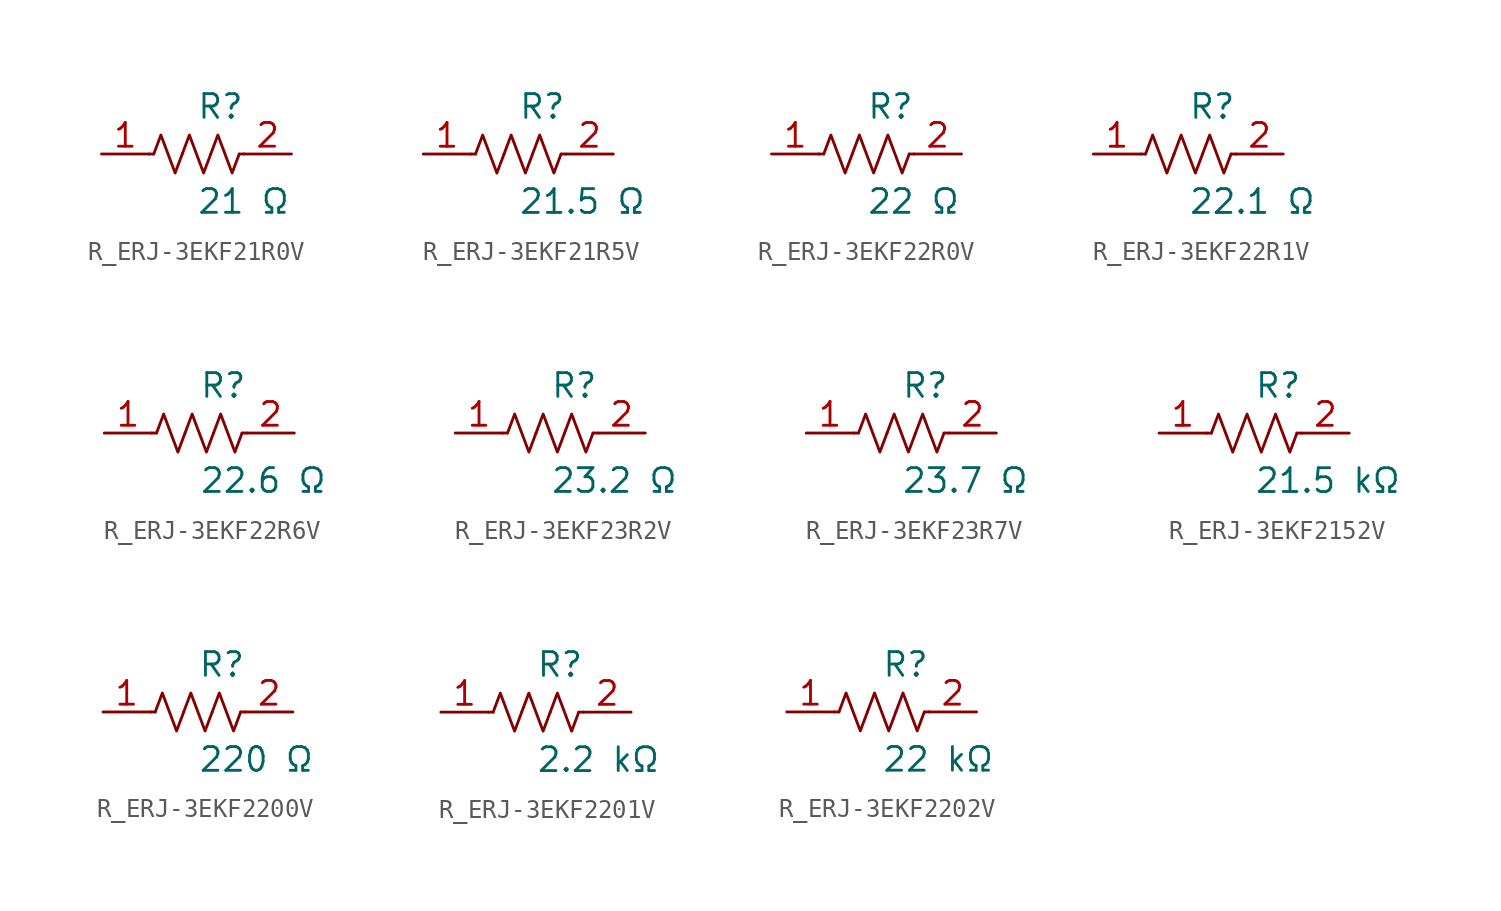
<source format=kicad_sym>
(kicad_symbol_lib
  (version 20231120)
  (generator kicad_symbol_editor)
  (generator_version 8.0)
  (symbol "R_ERJ-3EKF21R0V"
    (pin_names
      (offset 0.254))
    (property "Reference" "R"
      (at 0.0 2.54 0)
      (effects (font (size 1.27 1.27)) (justify left)))
    (property "Value" "21 Ω"
      (at 0.0 -2.54 0)
      (effects (font (size 1.27 1.27)) (justify left)))
    (symbol "R_ERJ-3EKF21R0V_0_1"
      (polyline (pts (xy 2.286 0) (xy 2.54 0)) (stroke (width 0) (type default)) (fill (type none)))
      (polyline (pts (xy -2.286 0) (xy -2.54 0)) (stroke (width 0) (type default)) (fill (type none)))
      (polyline (pts (xy 0.762 0) (xy 1.143 1.016) (xy 1.524 0) (xy 1.905 -1.016) (xy 2.286 0)) (stroke (width 0) (type default)) (fill (type none)))
      (polyline (pts (xy -0.762 0) (xy -0.381 1.016) (xy 0 0) (xy 0.381 -1.016) (xy 0.762 0)) (stroke (width 0) (type default)) (fill (type none)))
      (polyline (pts (xy -2.286 0) (xy -1.905 1.016) (xy -1.524 0) (xy -1.143 -1.016) (xy -0.762 0)) (stroke (width 0) (type default)) (fill (type none))))
    (pin unspecified line
      (at -5.08 0 0)
      (length 2.54)
      (name "" (effects (font (size 1.27 1.27))))
      (number "1" (effects (font (size 1.27 1.27)))))
    (pin unspecified line
      (at 5.08 0 180)
      (length 2.54)
      (name "" (effects (font (size 1.27 1.27))))
      (number "2" (effects (font (size 1.27 1.27))))))
  (symbol "R_ERJ-3EKF21R5V"
    (pin_names
      (offset 0.254))
    (property "Reference" "R"
      (at 0.0 2.54 0)
      (effects (font (size 1.27 1.27)) (justify left)))
    (property "Value" "21.5 Ω"
      (at 0.0 -2.54 0)
      (effects (font (size 1.27 1.27)) (justify left)))
    (symbol "R_ERJ-3EKF21R5V_0_1"
      (polyline (pts (xy 2.286 0) (xy 2.54 0)) (stroke (width 0) (type default)) (fill (type none)))
      (polyline (pts (xy -2.286 0) (xy -2.54 0)) (stroke (width 0) (type default)) (fill (type none)))
      (polyline (pts (xy 0.762 0) (xy 1.143 1.016) (xy 1.524 0) (xy 1.905 -1.016) (xy 2.286 0)) (stroke (width 0) (type default)) (fill (type none)))
      (polyline (pts (xy -0.762 0) (xy -0.381 1.016) (xy 0 0) (xy 0.381 -1.016) (xy 0.762 0)) (stroke (width 0) (type default)) (fill (type none)))
      (polyline (pts (xy -2.286 0) (xy -1.905 1.016) (xy -1.524 0) (xy -1.143 -1.016) (xy -0.762 0)) (stroke (width 0) (type default)) (fill (type none))))
    (pin unspecified line
      (at -5.08 0 0)
      (length 2.54)
      (name "" (effects (font (size 1.27 1.27))))
      (number "1" (effects (font (size 1.27 1.27)))))
    (pin unspecified line
      (at 5.08 0 180)
      (length 2.54)
      (name "" (effects (font (size 1.27 1.27))))
      (number "2" (effects (font (size 1.27 1.27))))))
  (symbol "R_ERJ-3EKF22R0V"
    (pin_names
      (offset 0.254))
    (property "Reference" "R"
      (at 0.0 2.54 0)
      (effects (font (size 1.27 1.27)) (justify left)))
    (property "Value" "22 Ω"
      (at 0.0 -2.54 0)
      (effects (font (size 1.27 1.27)) (justify left)))
    (symbol "R_ERJ-3EKF22R0V_0_1"
      (polyline (pts (xy 2.286 0) (xy 2.54 0)) (stroke (width 0) (type default)) (fill (type none)))
      (polyline (pts (xy -2.286 0) (xy -2.54 0)) (stroke (width 0) (type default)) (fill (type none)))
      (polyline (pts (xy 0.762 0) (xy 1.143 1.016) (xy 1.524 0) (xy 1.905 -1.016) (xy 2.286 0)) (stroke (width 0) (type default)) (fill (type none)))
      (polyline (pts (xy -0.762 0) (xy -0.381 1.016) (xy 0 0) (xy 0.381 -1.016) (xy 0.762 0)) (stroke (width 0) (type default)) (fill (type none)))
      (polyline (pts (xy -2.286 0) (xy -1.905 1.016) (xy -1.524 0) (xy -1.143 -1.016) (xy -0.762 0)) (stroke (width 0) (type default)) (fill (type none))))
    (pin unspecified line
      (at -5.08 0 0)
      (length 2.54)
      (name "" (effects (font (size 1.27 1.27))))
      (number "1" (effects (font (size 1.27 1.27)))))
    (pin unspecified line
      (at 5.08 0 180)
      (length 2.54)
      (name "" (effects (font (size 1.27 1.27))))
      (number "2" (effects (font (size 1.27 1.27))))))
  (symbol "R_ERJ-3EKF22R1V"
    (pin_names
      (offset 0.254))
    (property "Reference" "R"
      (at 0.0 2.54 0)
      (effects (font (size 1.27 1.27)) (justify left)))
    (property "Value" "22.1 Ω"
      (at 0.0 -2.54 0)
      (effects (font (size 1.27 1.27)) (justify left)))
    (symbol "R_ERJ-3EKF22R1V_0_1"
      (polyline (pts (xy 2.286 0) (xy 2.54 0)) (stroke (width 0) (type default)) (fill (type none)))
      (polyline (pts (xy -2.286 0) (xy -2.54 0)) (stroke (width 0) (type default)) (fill (type none)))
      (polyline (pts (xy 0.762 0) (xy 1.143 1.016) (xy 1.524 0) (xy 1.905 -1.016) (xy 2.286 0)) (stroke (width 0) (type default)) (fill (type none)))
      (polyline (pts (xy -0.762 0) (xy -0.381 1.016) (xy 0 0) (xy 0.381 -1.016) (xy 0.762 0)) (stroke (width 0) (type default)) (fill (type none)))
      (polyline (pts (xy -2.286 0) (xy -1.905 1.016) (xy -1.524 0) (xy -1.143 -1.016) (xy -0.762 0)) (stroke (width 0) (type default)) (fill (type none))))
    (pin unspecified line
      (at -5.08 0 0)
      (length 2.54)
      (name "" (effects (font (size 1.27 1.27))))
      (number "1" (effects (font (size 1.27 1.27)))))
    (pin unspecified line
      (at 5.08 0 180)
      (length 2.54)
      (name "" (effects (font (size 1.27 1.27))))
      (number "2" (effects (font (size 1.27 1.27))))))
  (symbol "R_ERJ-3EKF22R6V"
    (pin_names
      (offset 0.254))
    (property "Reference" "R"
      (at 0.0 2.54 0)
      (effects (font (size 1.27 1.27)) (justify left)))
    (property "Value" "22.6 Ω"
      (at 0.0 -2.54 0)
      (effects (font (size 1.27 1.27)) (justify left)))
    (symbol "R_ERJ-3EKF22R6V_0_1"
      (polyline (pts (xy 2.286 0) (xy 2.54 0)) (stroke (width 0) (type default)) (fill (type none)))
      (polyline (pts (xy -2.286 0) (xy -2.54 0)) (stroke (width 0) (type default)) (fill (type none)))
      (polyline (pts (xy 0.762 0) (xy 1.143 1.016) (xy 1.524 0) (xy 1.905 -1.016) (xy 2.286 0)) (stroke (width 0) (type default)) (fill (type none)))
      (polyline (pts (xy -0.762 0) (xy -0.381 1.016) (xy 0 0) (xy 0.381 -1.016) (xy 0.762 0)) (stroke (width 0) (type default)) (fill (type none)))
      (polyline (pts (xy -2.286 0) (xy -1.905 1.016) (xy -1.524 0) (xy -1.143 -1.016) (xy -0.762 0)) (stroke (width 0) (type default)) (fill (type none))))
    (pin unspecified line
      (at -5.08 0 0)
      (length 2.54)
      (name "" (effects (font (size 1.27 1.27))))
      (number "1" (effects (font (size 1.27 1.27)))))
    (pin unspecified line
      (at 5.08 0 180)
      (length 2.54)
      (name "" (effects (font (size 1.27 1.27))))
      (number "2" (effects (font (size 1.27 1.27))))))
  (symbol "R_ERJ-3EKF23R2V"
    (pin_names
      (offset 0.254))
    (property "Reference" "R"
      (at 0.0 2.54 0)
      (effects (font (size 1.27 1.27)) (justify left)))
    (property "Value" "23.2 Ω"
      (at 0.0 -2.54 0)
      (effects (font (size 1.27 1.27)) (justify left)))
    (symbol "R_ERJ-3EKF23R2V_0_1"
      (polyline (pts (xy 2.286 0) (xy 2.54 0)) (stroke (width 0) (type default)) (fill (type none)))
      (polyline (pts (xy -2.286 0) (xy -2.54 0)) (stroke (width 0) (type default)) (fill (type none)))
      (polyline (pts (xy 0.762 0) (xy 1.143 1.016) (xy 1.524 0) (xy 1.905 -1.016) (xy 2.286 0)) (stroke (width 0) (type default)) (fill (type none)))
      (polyline (pts (xy -0.762 0) (xy -0.381 1.016) (xy 0 0) (xy 0.381 -1.016) (xy 0.762 0)) (stroke (width 0) (type default)) (fill (type none)))
      (polyline (pts (xy -2.286 0) (xy -1.905 1.016) (xy -1.524 0) (xy -1.143 -1.016) (xy -0.762 0)) (stroke (width 0) (type default)) (fill (type none))))
    (pin unspecified line
      (at -5.08 0 0)
      (length 2.54)
      (name "" (effects (font (size 1.27 1.27))))
      (number "1" (effects (font (size 1.27 1.27)))))
    (pin unspecified line
      (at 5.08 0 180)
      (length 2.54)
      (name "" (effects (font (size 1.27 1.27))))
      (number "2" (effects (font (size 1.27 1.27))))))
  (symbol "R_ERJ-3EKF23R7V"
    (pin_names
      (offset 0.254))
    (property "Reference" "R"
      (at 0.0 2.54 0)
      (effects (font (size 1.27 1.27)) (justify left)))
    (property "Value" "23.7 Ω"
      (at 0.0 -2.54 0)
      (effects (font (size 1.27 1.27)) (justify left)))
    (symbol "R_ERJ-3EKF23R7V_0_1"
      (polyline (pts (xy 2.286 0) (xy 2.54 0)) (stroke (width 0) (type default)) (fill (type none)))
      (polyline (pts (xy -2.286 0) (xy -2.54 0)) (stroke (width 0) (type default)) (fill (type none)))
      (polyline (pts (xy 0.762 0) (xy 1.143 1.016) (xy 1.524 0) (xy 1.905 -1.016) (xy 2.286 0)) (stroke (width 0) (type default)) (fill (type none)))
      (polyline (pts (xy -0.762 0) (xy -0.381 1.016) (xy 0 0) (xy 0.381 -1.016) (xy 0.762 0)) (stroke (width 0) (type default)) (fill (type none)))
      (polyline (pts (xy -2.286 0) (xy -1.905 1.016) (xy -1.524 0) (xy -1.143 -1.016) (xy -0.762 0)) (stroke (width 0) (type default)) (fill (type none))))
    (pin unspecified line
      (at -5.08 0 0)
      (length 2.54)
      (name "" (effects (font (size 1.27 1.27))))
      (number "1" (effects (font (size 1.27 1.27)))))
    (pin unspecified line
      (at 5.08 0 180)
      (length 2.54)
      (name "" (effects (font (size 1.27 1.27))))
      (number "2" (effects (font (size 1.27 1.27))))))
  (symbol "R_ERJ-3EKF2152V"
    (pin_names
      (offset 0.254))
    (property "Reference" "R"
      (at 0.0 2.54 0)
      (effects (font (size 1.27 1.27)) (justify left)))
    (property "Value" "21.5 kΩ"
      (at 0.0 -2.54 0)
      (effects (font (size 1.27 1.27)) (justify left)))
    (symbol "R_ERJ-3EKF2152V_0_1"
      (polyline (pts (xy 2.286 0) (xy 2.54 0)) (stroke (width 0) (type default)) (fill (type none)))
      (polyline (pts (xy -2.286 0) (xy -2.54 0)) (stroke (width 0) (type default)) (fill (type none)))
      (polyline (pts (xy 0.762 0) (xy 1.143 1.016) (xy 1.524 0) (xy 1.905 -1.016) (xy 2.286 0)) (stroke (width 0) (type default)) (fill (type none)))
      (polyline (pts (xy -0.762 0) (xy -0.381 1.016) (xy 0 0) (xy 0.381 -1.016) (xy 0.762 0)) (stroke (width 0) (type default)) (fill (type none)))
      (polyline (pts (xy -2.286 0) (xy -1.905 1.016) (xy -1.524 0) (xy -1.143 -1.016) (xy -0.762 0)) (stroke (width 0) (type default)) (fill (type none))))
    (pin unspecified line
      (at -5.08 0 0)
      (length 2.54)
      (name "" (effects (font (size 1.27 1.27))))
      (number "1" (effects (font (size 1.27 1.27)))))
    (pin unspecified line
      (at 5.08 0 180)
      (length 2.54)
      (name "" (effects (font (size 1.27 1.27))))
      (number "2" (effects (font (size 1.27 1.27))))))
  (symbol "R_ERJ-3EKF2200V"
    (pin_names
      (offset 0.254))
    (property "Reference" "R"
      (at 0.0 2.54 0)
      (effects (font (size 1.27 1.27)) (justify left)))
    (property "Value" "220 Ω"
      (at 0.0 -2.54 0)
      (effects (font (size 1.27 1.27)) (justify left)))
    (symbol "R_ERJ-3EKF2200V_0_1"
      (polyline (pts (xy 2.286 0) (xy 2.54 0)) (stroke (width 0) (type default)) (fill (type none)))
      (polyline (pts (xy -2.286 0) (xy -2.54 0)) (stroke (width 0) (type default)) (fill (type none)))
      (polyline (pts (xy 0.762 0) (xy 1.143 1.016) (xy 1.524 0) (xy 1.905 -1.016) (xy 2.286 0)) (stroke (width 0) (type default)) (fill (type none)))
      (polyline (pts (xy -0.762 0) (xy -0.381 1.016) (xy 0 0) (xy 0.381 -1.016) (xy 0.762 0)) (stroke (width 0) (type default)) (fill (type none)))
      (polyline (pts (xy -2.286 0) (xy -1.905 1.016) (xy -1.524 0) (xy -1.143 -1.016) (xy -0.762 0)) (stroke (width 0) (type default)) (fill (type none))))
    (pin unspecified line
      (at -5.08 0 0)
      (length 2.54)
      (name "" (effects (font (size 1.27 1.27))))
      (number "1" (effects (font (size 1.27 1.27)))))
    (pin unspecified line
      (at 5.08 0 180)
      (length 2.54)
      (name "" (effects (font (size 1.27 1.27))))
      (number "2" (effects (font (size 1.27 1.27))))))
  (symbol "R_ERJ-3EKF2201V"
    (pin_names
      (offset 0.254))
    (property "Reference" "R"
      (at 0.0 2.54 0)
      (effects (font (size 1.27 1.27)) (justify left)))
    (property "Value" "2.2 kΩ"
      (at 0.0 -2.54 0)
      (effects (font (size 1.27 1.27)) (justify left)))
    (symbol "R_ERJ-3EKF2201V_0_1"
      (polyline (pts (xy 2.286 0) (xy 2.54 0)) (stroke (width 0) (type default)) (fill (type none)))
      (polyline (pts (xy -2.286 0) (xy -2.54 0)) (stroke (width 0) (type default)) (fill (type none)))
      (polyline (pts (xy 0.762 0) (xy 1.143 1.016) (xy 1.524 0) (xy 1.905 -1.016) (xy 2.286 0)) (stroke (width 0) (type default)) (fill (type none)))
      (polyline (pts (xy -0.762 0) (xy -0.381 1.016) (xy 0 0) (xy 0.381 -1.016) (xy 0.762 0)) (stroke (width 0) (type default)) (fill (type none)))
      (polyline (pts (xy -2.286 0) (xy -1.905 1.016) (xy -1.524 0) (xy -1.143 -1.016) (xy -0.762 0)) (stroke (width 0) (type default)) (fill (type none))))
    (pin unspecified line
      (at -5.08 0 0)
      (length 2.54)
      (name "" (effects (font (size 1.27 1.27))))
      (number "1" (effects (font (size 1.27 1.27)))))
    (pin unspecified line
      (at 5.08 0 180)
      (length 2.54)
      (name "" (effects (font (size 1.27 1.27))))
      (number "2" (effects (font (size 1.27 1.27))))))
  (symbol "R_ERJ-3EKF2202V"
    (pin_names
      (offset 0.254))
    (property "Reference" "R"
      (at 0.0 2.54 0)
      (effects (font (size 1.27 1.27)) (justify left)))
    (property "Value" "22 kΩ"
      (at 0.0 -2.54 0)
      (effects (font (size 1.27 1.27)) (justify left)))
    (symbol "R_ERJ-3EKF2202V_0_1"
      (polyline (pts (xy 2.286 0) (xy 2.54 0)) (stroke (width 0) (type default)) (fill (type none)))
      (polyline (pts (xy -2.286 0) (xy -2.54 0)) (stroke (width 0) (type default)) (fill (type none)))
      (polyline (pts (xy 0.762 0) (xy 1.143 1.016) (xy 1.524 0) (xy 1.905 -1.016) (xy 2.286 0)) (stroke (width 0) (type default)) (fill (type none)))
      (polyline (pts (xy -0.762 0) (xy -0.381 1.016) (xy 0 0) (xy 0.381 -1.016) (xy 0.762 0)) (stroke (width 0) (type default)) (fill (type none)))
      (polyline (pts (xy -2.286 0) (xy -1.905 1.016) (xy -1.524 0) (xy -1.143 -1.016) (xy -0.762 0)) (stroke (width 0) (type default)) (fill (type none))))
    (pin unspecified line
      (at -5.08 0 0)
      (length 2.54)
      (name "" (effects (font (size 1.27 1.27))))
      (number "1" (effects (font (size 1.27 1.27)))))
    (pin unspecified line
      (at 5.08 0 180)
      (length 2.54)
      (name "" (effects (font (size 1.27 1.27))))
      (number "2" (effects (font (size 1.27 1.27)))))))
</source>
